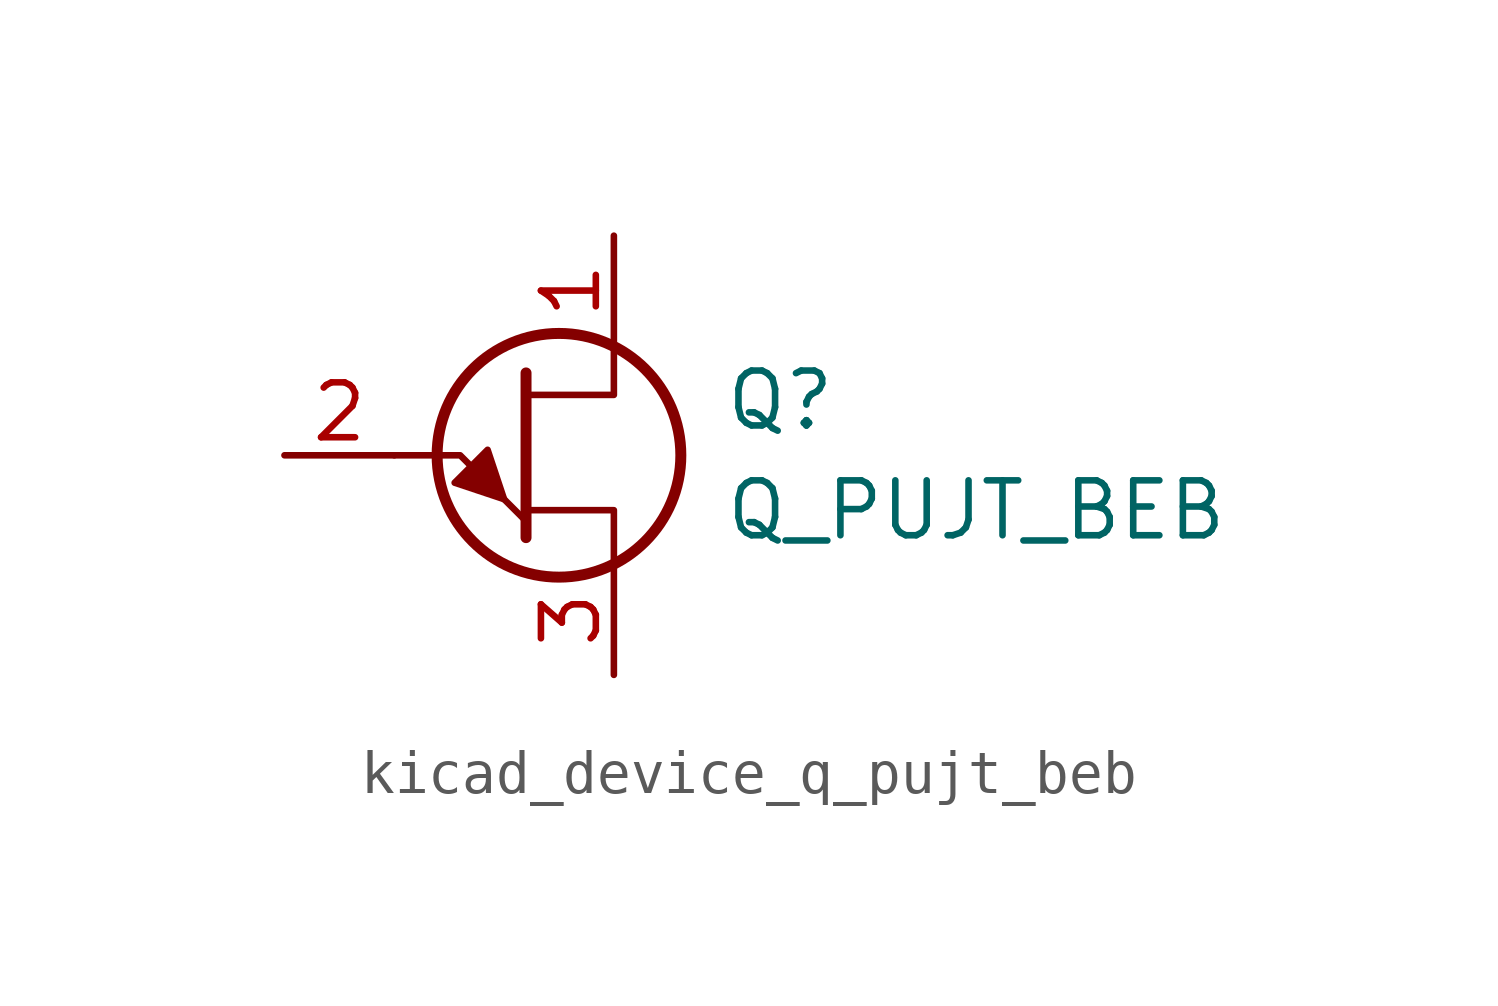
<source format=kicad_sym>
(kicad_symbol_lib
  (version 20220914)
  (generator kicad_symbol_editor)
  (symbol "kicad_device_q_pujt_beb"
    (pin_names
      (offset 0) hide)
    (property "Reference" "Q"
      (at 5.08 1.27 0)
      (effects (font (size 1.27 1.27)) (justify left)))
    (property "Value" "Q_PUJT_BEB"
      (at 5.08 -1.27 0)
      (effects (font (size 1.27 1.27)) (justify left)))
    (symbol "kicad_device_q_pujt_beb_0_1"
      (polyline (pts (xy -2.54 0) (xy -1.016 0) (xy 0.508 -1.524)) (stroke (width 0) (type default)) (fill (type none)))
      (polyline (pts (xy 0.508 1.905) (xy 0.508 -1.905) (xy 0.508 -1.905)) (stroke (width 0.254) (type default)) (fill (type none)))
      (polyline (pts (xy 2.54 -2.54) (xy 2.54 -1.27) (xy 0.508 -1.27)) (stroke (width 0) (type default)) (fill (type none)))
      (polyline (pts (xy 2.54 2.54) (xy 2.54 1.397) (xy 0.508 1.397)) (stroke (width 0) (type default)) (fill (type none)))
      (polyline (pts (xy 0 -1.016) (xy -0.381 0.127) (xy -1.143 -0.635) (xy 0 -1.016)) (stroke (width 0) (type default)) (fill (type outline)))
      (circle (center 1.27 0) (radius 2.819) (stroke (width 0.254) (type default)) (fill (type none))))
    (symbol "kicad_device_q_pujt_beb_1_1"
      (pin passive line (at 2.54 5.08 270) (length 2.54) (name "B2" (effects (font (size 1.27 1.27)))) (number "1" (effects (font (size 1.27 1.27)))))
      (pin input line (at -5.08 0 0) (length 2.54) (name "E" (effects (font (size 1.27 1.27)))) (number "2" (effects (font (size 1.27 1.27)))))
      (pin passive line (at 2.54 -5.08 90) (length 2.54) (name "B1" (effects (font (size 1.27 1.27)))) (number "3" (effects (font (size 1.27 1.27))))))))
</source>
